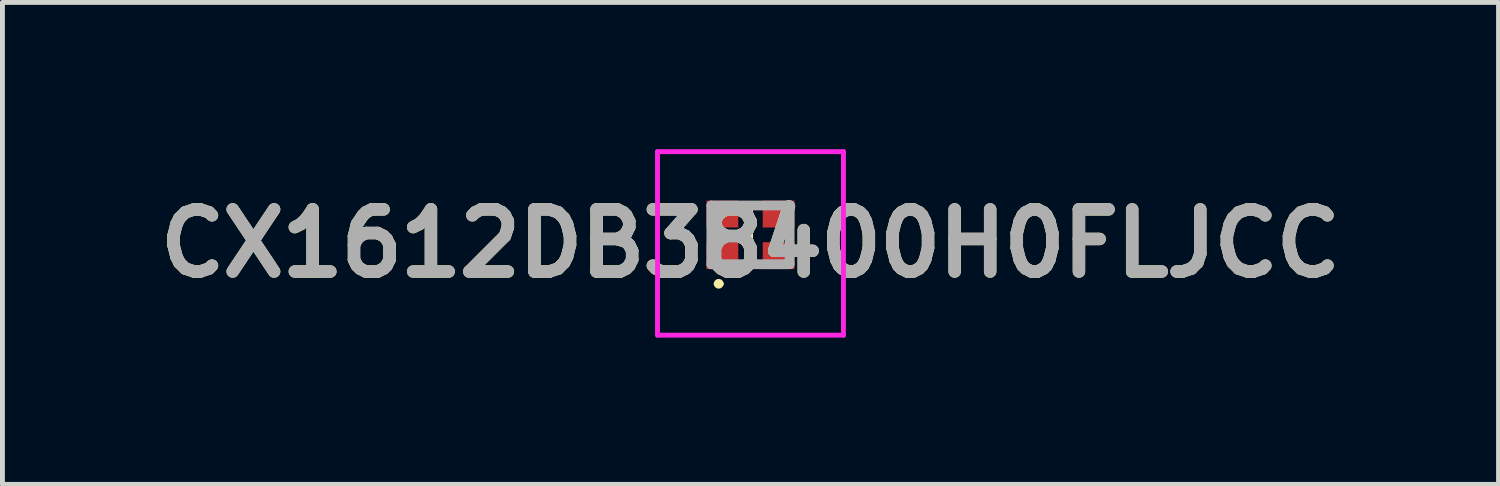
<source format=kicad_pcb>
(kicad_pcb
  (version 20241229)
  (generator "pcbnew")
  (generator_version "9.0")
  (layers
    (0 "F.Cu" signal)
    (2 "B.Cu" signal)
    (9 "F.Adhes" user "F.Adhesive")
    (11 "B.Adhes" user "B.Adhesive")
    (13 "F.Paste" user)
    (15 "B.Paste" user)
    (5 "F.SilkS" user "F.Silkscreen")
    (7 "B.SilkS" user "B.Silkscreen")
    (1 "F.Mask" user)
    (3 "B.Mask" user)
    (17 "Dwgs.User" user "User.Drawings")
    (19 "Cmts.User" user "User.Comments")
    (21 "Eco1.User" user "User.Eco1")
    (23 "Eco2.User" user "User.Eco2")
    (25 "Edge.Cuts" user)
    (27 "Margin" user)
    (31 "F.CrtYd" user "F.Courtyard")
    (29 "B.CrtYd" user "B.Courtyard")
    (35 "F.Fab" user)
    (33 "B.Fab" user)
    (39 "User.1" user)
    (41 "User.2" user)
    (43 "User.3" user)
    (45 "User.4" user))
  (footprint "CX1612DB38400H0FLJCC"
    (layer "F.Cu")
    (at 12.289 1.75)
    (property "Reference" "CX1612DB38400H0FLJCC" (at 0 0.175 0) (layer "F.SilkS") (effects (font (size 1.27 1.27) (thickness 0.254))))
    (attr smd)
    (fp_line (start -0.7 1) (end -0.7 1) (stroke (width 0.1) (type solid)) (layer "F.SilkS"))
    (fp_line (start -0.6 1) (end -0.6 1) (stroke (width 0.1) (type solid)) (layer "F.SilkS"))
    (fp_line (start 0 -0.6) (end 0 0.6) (stroke (width 0.1) (type solid)) (layer "F.SilkS"))
    (fp_line (start 0 0.6) (end 0 -0.6) (stroke (width 0.1) (type solid)) (layer "F.SilkS"))
    (fp_arc (start -0.7 1) (mid -0.65 0.95) (end -0.6 1) (stroke (width 0.1) (type solid)) (layer "F.SilkS"))
    (fp_arc (start -0.6 1) (mid -0.65 1.05) (end -0.7 1) (stroke (width 0.1) (type solid)) (layer "F.SilkS"))
    (fp_line (start -1.9 -1.7) (end 1.9 -1.7) (stroke (width 0.1) (type solid)) (layer "F.CrtYd"))
    (fp_line (start -1.9 2.05) (end -1.9 -1.7) (stroke (width 0.1) (type solid)) (layer "F.CrtYd"))
    (fp_line (start 1.9 -1.7) (end 1.9 2.05) (stroke (width 0.1) (type solid)) (layer "F.CrtYd"))
    (fp_line (start 1.9 2.05) (end -1.9 2.05) (stroke (width 0.1) (type solid)) (layer "F.CrtYd"))
    (fp_line (start -0.8 -0.6) (end 0.8 -0.6) (stroke (width 0.2) (type solid)) (layer "F.Fab"))
    (fp_line (start -0.8 0.6) (end -0.8 -0.6) (stroke (width 0.2) (type solid)) (layer "F.Fab"))
    (fp_line (start 0.8 -0.6) (end 0.8 0.6) (stroke (width 0.2) (type solid)) (layer "F.Fab"))
    (fp_line (start 0.8 0.6) (end -0.8 0.6) (stroke (width 0.2) (type solid)) (layer "F.Fab"))
    (fp_text user "${REFERENCE}" (at 0 0.175 0) (layer "F.Fab") (effects (font (size 1.27 1.27) (thickness 0.254))))
    (pad "1" smd rect (at -0.575 0.425 90) (size 0.55 0.65) (layers "F.Cu" "F.Mask" "F.Paste"))
    (pad "2" smd rect (at 0.575 0.425 90) (size 0.55 0.65) (layers "F.Cu" "F.Mask" "F.Paste"))
    (pad "3" smd rect (at 0.575 -0.425 90) (size 0.55 0.65) (layers "F.Cu" "F.Mask" "F.Paste"))
    (pad "4" smd rect (at -0.575 -0.425 90) (size 0.55 0.65) (layers "F.Cu" "F.Mask" "F.Paste")))
  (gr_rect
    (start -3 -3)
    (end 27.578 6.85)
    (stroke (width 0.1) (type default))
    (fill no)
    (layer "Edge.Cuts")))
</source>
